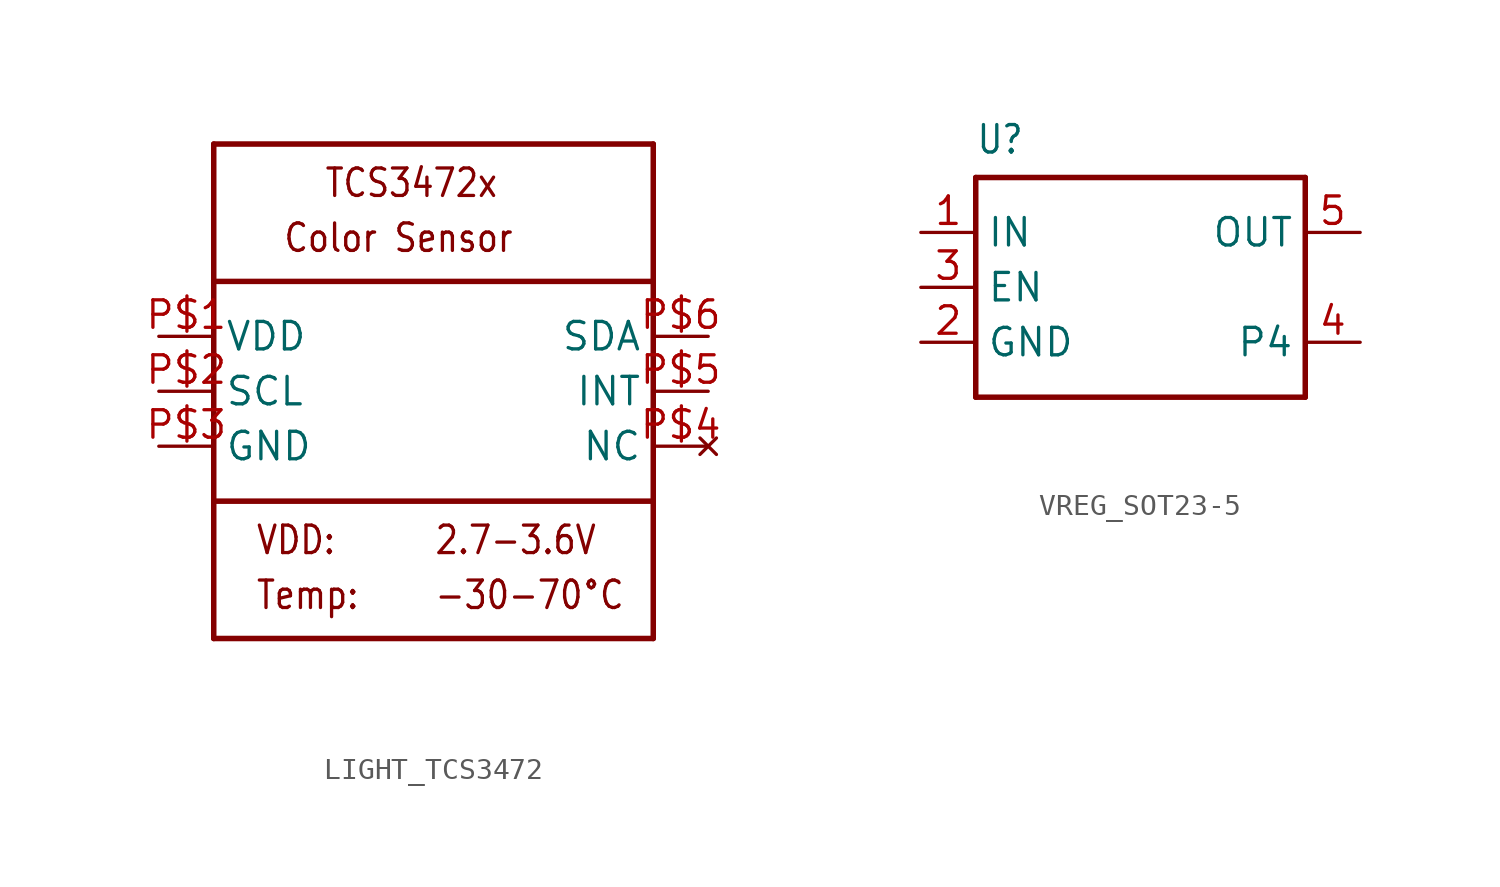
<source format=kicad_sym>
(kicad_symbol_lib
  (version 20220914)
  (generator kicad_symbol_editor)
  (symbol "LIGHT_TCS3472"
    (property "Reference" ""
      (at -10.16 12.7 0)
      (effects (font (size 1.27 1.079)) (justify left bottom) hide))
    (property "Value" ""
      (at -10.16 -13.97 0)
      (effects (font (size 1.27 1.079)) (justify left bottom)))
    (property "ki_locked" ""
      (at 0 0 0)
      (effects (font (size 1.27 1.27))))
    (symbol "LIGHT_TCS3472_1_0"
      (polyline (pts (xy -10.16 -11.43) (xy 10.16 -11.43)) (stroke (width 0.254) (type solid)) (fill (type none)))
      (polyline (pts (xy -10.16 -5.08) (xy -10.16 -11.43)) (stroke (width 0.254) (type solid)) (fill (type none)))
      (polyline (pts (xy -10.16 -5.08) (xy -10.16 5.08)) (stroke (width 0.254) (type solid)) (fill (type none)))
      (polyline (pts (xy -10.16 5.08) (xy -10.16 11.43)) (stroke (width 0.254) (type solid)) (fill (type none)))
      (polyline (pts (xy -10.16 5.08) (xy 10.16 5.08)) (stroke (width 0.254) (type solid)) (fill (type none)))
      (polyline (pts (xy -10.16 11.43) (xy 10.16 11.43)) (stroke (width 0.254) (type solid)) (fill (type none)))
      (polyline (pts (xy 10.16 -11.43) (xy 10.16 -5.08)) (stroke (width 0.254) (type solid)) (fill (type none)))
      (polyline (pts (xy 10.16 -5.08) (xy -10.16 -5.08)) (stroke (width 0.254) (type solid)) (fill (type none)))
      (polyline (pts (xy 10.16 5.08) (xy 10.16 -5.08)) (stroke (width 0.254) (type solid)) (fill (type none)))
      (polyline (pts (xy 10.16 11.43) (xy 10.16 5.08)) (stroke (width 0.254) (type solid)) (fill (type none)))
      (text "-30-70°C" (at 0 -10.16 0) (effects (font (size 1.27 1.079)) (justify left bottom)))
      (text "2.7-3.6V" (at 0 -7.62 0) (effects (font (size 1.27 1.079)) (justify left bottom)))
      (text "Color Sensor" (at -6.985 6.35 0) (effects (font (size 1.27 1.079)) (justify left bottom)))
      (text "TCS3472x" (at -5.08 8.89 0) (effects (font (size 1.27 1.079)) (justify left bottom)))
      (text "Temp:" (at -8.255 -10.16 0) (effects (font (size 1.27 1.079)) (justify left bottom)))
      (text "VDD:" (at -8.255 -7.62 0) (effects (font (size 1.27 1.079)) (justify left bottom)))
      (pin power_in line (at -12.7 2.54 0) (length 2.54) (name "VDD" (effects (font (size 1.27 1.27)))) (number "P$1" (effects (font (size 1.27 1.27)))))
      (pin bidirectional line (at -12.7 0 0) (length 2.54) (name "SCL" (effects (font (size 1.27 1.27)))) (number "P$2" (effects (font (size 1.27 1.27)))))
      (pin power_in line (at -12.7 -2.54 0) (length 2.54) (name "GND" (effects (font (size 1.27 1.27)))) (number "P$3" (effects (font (size 1.27 1.27)))))
      (pin no_connect line (at 12.7 -2.54 180) (length 2.54) (name "NC" (effects (font (size 1.27 1.27)))) (number "P$4" (effects (font (size 1.27 1.27)))))
      (pin output line (at 12.7 0 180) (length 2.54) (name "INT" (effects (font (size 1.27 1.27)))) (number "P$5" (effects (font (size 1.27 1.27)))))
      (pin bidirectional line (at 12.7 2.54 180) (length 2.54) (name "SDA" (effects (font (size 1.27 1.27)))) (number "P$6" (effects (font (size 1.27 1.27)))))))
  (symbol "VREG_SOT23-5"
    (property "Reference" "U"
      (at -7.62 6.096 0)
      (effects (font (size 1.27 1.079)) (justify left bottom)))
    (property "Value" ""
      (at -7.62 -7.62 0)
      (effects (font (size 1.27 1.079)) (justify left bottom)))
    (property "ki_locked" ""
      (at 0 0 0)
      (effects (font (size 1.27 1.27))))
    (symbol "VREG_SOT23-5_1_0"
      (polyline (pts (xy -7.62 -5.08) (xy -7.62 5.08)) (stroke (width 0.254) (type solid)) (fill (type none)))
      (polyline (pts (xy -7.62 5.08) (xy 7.62 5.08)) (stroke (width 0.254) (type solid)) (fill (type none)))
      (polyline (pts (xy 7.62 -5.08) (xy -7.62 -5.08)) (stroke (width 0.254) (type solid)) (fill (type none)))
      (polyline (pts (xy 7.62 5.08) (xy 7.62 -5.08)) (stroke (width 0.254) (type solid)) (fill (type none)))
      (pin bidirectional line (at -10.16 2.54 0) (length 2.54) (name "IN" (effects (font (size 1.27 1.27)))) (number "1" (effects (font (size 1.27 1.27)))))
      (pin bidirectional line (at -10.16 -2.54 0) (length 2.54) (name "GND" (effects (font (size 1.27 1.27)))) (number "2" (effects (font (size 1.27 1.27)))))
      (pin bidirectional line (at -10.16 0 0) (length 2.54) (name "EN" (effects (font (size 1.27 1.27)))) (number "3" (effects (font (size 1.27 1.27)))))
      (pin bidirectional line (at 10.16 -2.54 180) (length 2.54) (name "P4" (effects (font (size 1.27 1.27)))) (number "4" (effects (font (size 1.27 1.27)))))
      (pin bidirectional line (at 10.16 2.54 180) (length 2.54) (name "OUT" (effects (font (size 1.27 1.27)))) (number "5" (effects (font (size 1.27 1.27))))))))
</source>
